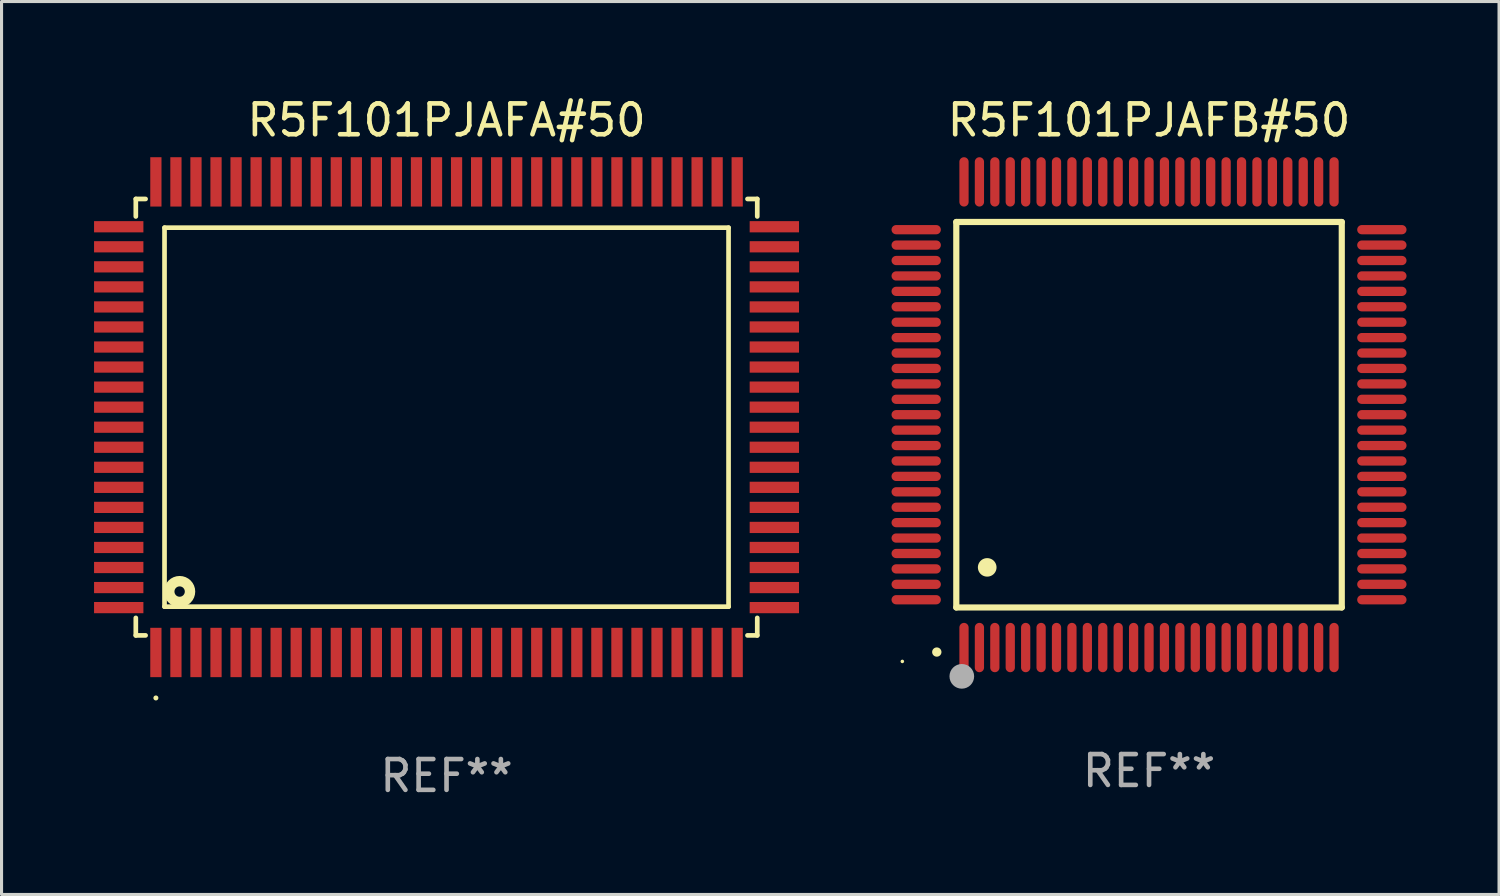
<source format=kicad_pcb>
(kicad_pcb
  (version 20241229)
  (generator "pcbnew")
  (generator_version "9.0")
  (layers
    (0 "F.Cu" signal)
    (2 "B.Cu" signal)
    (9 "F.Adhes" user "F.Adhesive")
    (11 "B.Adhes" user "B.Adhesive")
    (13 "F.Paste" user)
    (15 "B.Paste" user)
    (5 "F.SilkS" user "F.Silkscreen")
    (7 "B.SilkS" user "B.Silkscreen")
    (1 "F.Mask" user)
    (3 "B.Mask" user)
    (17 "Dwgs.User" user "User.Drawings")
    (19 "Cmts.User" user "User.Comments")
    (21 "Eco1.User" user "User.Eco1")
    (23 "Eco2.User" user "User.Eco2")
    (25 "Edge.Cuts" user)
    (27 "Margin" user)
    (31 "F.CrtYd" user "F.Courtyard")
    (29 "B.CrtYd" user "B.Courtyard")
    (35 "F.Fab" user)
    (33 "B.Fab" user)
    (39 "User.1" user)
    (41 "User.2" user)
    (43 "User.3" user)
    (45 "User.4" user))
  (footprint "R5F101PJAFA#50"
    (layer "F.Cu")
    (at 11.43 10.478)
    (property "Reference" "R5F101PJAFA#50" (at 0 -9.63 0) (layer "F.SilkS") (effects (font (size 1 1) (thickness 0.15))))
    (attr through_hole)
    (fp_line (start -10.076 -7.076) (end -10.076 -6.509) (stroke (width 0.152) (type solid)) (layer "F.SilkS"))
    (fp_line (start -10.076 7.076) (end -10.076 6.509) (stroke (width 0.152) (type solid)) (layer "F.SilkS"))
    (fp_line (start -9.759 -7.076) (end -10.076 -7.076) (stroke (width 0.152) (type solid)) (layer "F.SilkS"))
    (fp_line (start -9.759 7.076) (end -10.076 7.076) (stroke (width 0.152) (type solid)) (layer "F.SilkS"))
    (fp_line (start -9.145 -6.145) (end 9.145 -6.145) (stroke (width 0.152) (type solid)) (layer "F.SilkS"))
    (fp_line (start -9.145 6.145) (end -9.145 -6.145) (stroke (width 0.152) (type solid)) (layer "F.SilkS"))
    (fp_line (start 9.145 -6.145) (end 9.145 6.145) (stroke (width 0.152) (type solid)) (layer "F.SilkS"))
    (fp_line (start 9.145 6.145) (end -9.145 6.145) (stroke (width 0.152) (type solid)) (layer "F.SilkS"))
    (fp_line (start 9.759 -7.076) (end 10.076 -7.076) (stroke (width 0.152) (type solid)) (layer "F.SilkS"))
    (fp_line (start 9.759 7.076) (end 10.076 7.076) (stroke (width 0.152) (type solid)) (layer "F.SilkS"))
    (fp_line (start 10.076 -7.076) (end 10.076 -6.509) (stroke (width 0.152) (type solid)) (layer "F.SilkS"))
    (fp_line (start 10.076 7.076) (end 10.076 6.509) (stroke (width 0.152) (type solid)) (layer "F.SilkS"))
    (fp_circle (center -9.425 9.105) (end -9.384 9.105) (stroke (width 0.081) (type solid)) (fill no) (layer "F.SilkS"))
    (fp_circle (center -8.655 5.655) (end -8.487 5.655) (stroke (width 0.338) (type solid)) (fill no) (layer "F.SilkS"))
    (fp_text user "REF**" (at 0 11.63 0) (layer "F.Fab") (effects (font (size 1 1) (thickness 0.15))))
    (pad "1" smd rect (at -9.425 7.63) (size 0.364 1.6) (layers "F.Cu" "F.Mask" "F.Paste"))
    (pad "2" smd rect (at -8.775 7.63) (size 0.364 1.6) (layers "F.Cu" "F.Mask" "F.Paste"))
    (pad "3" smd rect (at -8.125 7.63) (size 0.364 1.6) (layers "F.Cu" "F.Mask" "F.Paste"))
    (pad "4" smd rect (at -7.475 7.63) (size 0.364 1.6) (layers "F.Cu" "F.Mask" "F.Paste"))
    (pad "5" smd rect (at -6.825 7.63) (size 0.364 1.6) (layers "F.Cu" "F.Mask" "F.Paste"))
    (pad "6" smd rect (at -6.175 7.63) (size 0.364 1.6) (layers "F.Cu" "F.Mask" "F.Paste"))
    (pad "7" smd rect (at -5.525 7.63) (size 0.364 1.6) (layers "F.Cu" "F.Mask" "F.Paste"))
    (pad "8" smd rect (at -4.875 7.63) (size 0.364 1.6) (layers "F.Cu" "F.Mask" "F.Paste"))
    (pad "9" smd rect (at -4.225 7.63) (size 0.364 1.6) (layers "F.Cu" "F.Mask" "F.Paste"))
    (pad "10" smd rect (at -3.575 7.63) (size 0.364 1.6) (layers "F.Cu" "F.Mask" "F.Paste"))
    (pad "11" smd rect (at -2.925 7.63) (size 0.364 1.6) (layers "F.Cu" "F.Mask" "F.Paste"))
    (pad "12" smd rect (at -2.275 7.63) (size 0.364 1.6) (layers "F.Cu" "F.Mask" "F.Paste"))
    (pad "13" smd rect (at -1.625 7.63) (size 0.364 1.6) (layers "F.Cu" "F.Mask" "F.Paste"))
    (pad "14" smd rect (at -0.975 7.63) (size 0.364 1.6) (layers "F.Cu" "F.Mask" "F.Paste"))
    (pad "15" smd rect (at -0.325 7.63) (size 0.364 1.6) (layers "F.Cu" "F.Mask" "F.Paste"))
    (pad "16" smd rect (at 0.325 7.63) (size 0.364 1.6) (layers "F.Cu" "F.Mask" "F.Paste"))
    (pad "17" smd rect (at 0.975 7.63) (size 0.364 1.6) (layers "F.Cu" "F.Mask" "F.Paste"))
    (pad "18" smd rect (at 1.625 7.63) (size 0.364 1.6) (layers "F.Cu" "F.Mask" "F.Paste"))
    (pad "19" smd rect (at 2.275 7.63) (size 0.364 1.6) (layers "F.Cu" "F.Mask" "F.Paste"))
    (pad "20" smd rect (at 2.925 7.63) (size 0.364 1.6) (layers "F.Cu" "F.Mask" "F.Paste"))
    (pad "21" smd rect (at 3.575 7.63) (size 0.364 1.6) (layers "F.Cu" "F.Mask" "F.Paste"))
    (pad "22" smd rect (at 4.225 7.63) (size 0.364 1.6) (layers "F.Cu" "F.Mask" "F.Paste"))
    (pad "23" smd rect (at 4.875 7.63) (size 0.364 1.6) (layers "F.Cu" "F.Mask" "F.Paste"))
    (pad "24" smd rect (at 5.525 7.63) (size 0.364 1.6) (layers "F.Cu" "F.Mask" "F.Paste"))
    (pad "25" smd rect (at 6.175 7.63) (size 0.364 1.6) (layers "F.Cu" "F.Mask" "F.Paste"))
    (pad "26" smd rect (at 6.825 7.63) (size 0.364 1.6) (layers "F.Cu" "F.Mask" "F.Paste"))
    (pad "27" smd rect (at 7.475 7.63) (size 0.364 1.6) (layers "F.Cu" "F.Mask" "F.Paste"))
    (pad "28" smd rect (at 8.125 7.63) (size 0.364 1.6) (layers "F.Cu" "F.Mask" "F.Paste"))
    (pad "29" smd rect (at 8.775 7.63) (size 0.364 1.6) (layers "F.Cu" "F.Mask" "F.Paste"))
    (pad "30" smd rect (at 9.425 7.63) (size 0.364 1.6) (layers "F.Cu" "F.Mask" "F.Paste"))
    (pad "31" smd rect (at 10.63 6.175) (size 1.6 0.364) (layers "F.Cu" "F.Mask" "F.Paste"))
    (pad "32" smd rect (at 10.63 5.525) (size 1.6 0.364) (layers "F.Cu" "F.Mask" "F.Paste"))
    (pad "33" smd rect (at 10.63 4.875) (size 1.6 0.364) (layers "F.Cu" "F.Mask" "F.Paste"))
    (pad "34" smd rect (at 10.63 4.225) (size 1.6 0.364) (layers "F.Cu" "F.Mask" "F.Paste"))
    (pad "35" smd rect (at 10.63 3.575) (size 1.6 0.364) (layers "F.Cu" "F.Mask" "F.Paste"))
    (pad "36" smd rect (at 10.63 2.925) (size 1.6 0.364) (layers "F.Cu" "F.Mask" "F.Paste"))
    (pad "37" smd rect (at 10.63 2.275) (size 1.6 0.364) (layers "F.Cu" "F.Mask" "F.Paste"))
    (pad "38" smd rect (at 10.63 1.625) (size 1.6 0.364) (layers "F.Cu" "F.Mask" "F.Paste"))
    (pad "39" smd rect (at 10.63 0.975) (size 1.6 0.364) (layers "F.Cu" "F.Mask" "F.Paste"))
    (pad "40" smd rect (at 10.63 0.325) (size 1.6 0.364) (layers "F.Cu" "F.Mask" "F.Paste"))
    (pad "41" smd rect (at 10.63 -0.325) (size 1.6 0.364) (layers "F.Cu" "F.Mask" "F.Paste"))
    (pad "42" smd rect (at 10.63 -0.975) (size 1.6 0.364) (layers "F.Cu" "F.Mask" "F.Paste"))
    (pad "43" smd rect (at 10.63 -1.625) (size 1.6 0.364) (layers "F.Cu" "F.Mask" "F.Paste"))
    (pad "44" smd rect (at 10.63 -2.275) (size 1.6 0.364) (layers "F.Cu" "F.Mask" "F.Paste"))
    (pad "45" smd rect (at 10.63 -2.925) (size 1.6 0.364) (layers "F.Cu" "F.Mask" "F.Paste"))
    (pad "46" smd rect (at 10.63 -3.575) (size 1.6 0.364) (layers "F.Cu" "F.Mask" "F.Paste"))
    (pad "47" smd rect (at 10.63 -4.225) (size 1.6 0.364) (layers "F.Cu" "F.Mask" "F.Paste"))
    (pad "48" smd rect (at 10.63 -4.875) (size 1.6 0.364) (layers "F.Cu" "F.Mask" "F.Paste"))
    (pad "49" smd rect (at 10.63 -5.525) (size 1.6 0.364) (layers "F.Cu" "F.Mask" "F.Paste"))
    (pad "50" smd rect (at 10.63 -6.175) (size 1.6 0.364) (layers "F.Cu" "F.Mask" "F.Paste"))
    (pad "51" smd rect (at 9.425 -7.63) (size 0.364 1.6) (layers "F.Cu" "F.Mask" "F.Paste"))
    (pad "52" smd rect (at 8.775 -7.63) (size 0.364 1.6) (layers "F.Cu" "F.Mask" "F.Paste"))
    (pad "53" smd rect (at 8.125 -7.63) (size 0.364 1.6) (layers "F.Cu" "F.Mask" "F.Paste"))
    (pad "54" smd rect (at 7.475 -7.63) (size 0.364 1.6) (layers "F.Cu" "F.Mask" "F.Paste"))
    (pad "55" smd rect (at 6.825 -7.63) (size 0.364 1.6) (layers "F.Cu" "F.Mask" "F.Paste"))
    (pad "56" smd rect (at 6.175 -7.63) (size 0.364 1.6) (layers "F.Cu" "F.Mask" "F.Paste"))
    (pad "57" smd rect (at 5.525 -7.63) (size 0.364 1.6) (layers "F.Cu" "F.Mask" "F.Paste"))
    (pad "58" smd rect (at 4.875 -7.63) (size 0.364 1.6) (layers "F.Cu" "F.Mask" "F.Paste"))
    (pad "59" smd rect (at 4.225 -7.63) (size 0.364 1.6) (layers "F.Cu" "F.Mask" "F.Paste"))
    (pad "60" smd rect (at 3.575 -7.63) (size 0.364 1.6) (layers "F.Cu" "F.Mask" "F.Paste"))
    (pad "61" smd rect (at 2.925 -7.63) (size 0.364 1.6) (layers "F.Cu" "F.Mask" "F.Paste"))
    (pad "62" smd rect (at 2.275 -7.63) (size 0.364 1.6) (layers "F.Cu" "F.Mask" "F.Paste"))
    (pad "63" smd rect (at 1.625 -7.63) (size 0.364 1.6) (layers "F.Cu" "F.Mask" "F.Paste"))
    (pad "64" smd rect (at 0.975 -7.63) (size 0.364 1.6) (layers "F.Cu" "F.Mask" "F.Paste"))
    (pad "65" smd rect (at 0.325 -7.63) (size 0.364 1.6) (layers "F.Cu" "F.Mask" "F.Paste"))
    (pad "66" smd rect (at -0.325 -7.63) (size 0.364 1.6) (layers "F.Cu" "F.Mask" "F.Paste"))
    (pad "67" smd rect (at -0.975 -7.63) (size 0.364 1.6) (layers "F.Cu" "F.Mask" "F.Paste"))
    (pad "68" smd rect (at -1.625 -7.63) (size 0.364 1.6) (layers "F.Cu" "F.Mask" "F.Paste"))
    (pad "69" smd rect (at -2.275 -7.63) (size 0.364 1.6) (layers "F.Cu" "F.Mask" "F.Paste"))
    (pad "70" smd rect (at -2.925 -7.63) (size 0.364 1.6) (layers "F.Cu" "F.Mask" "F.Paste"))
    (pad "71" smd rect (at -3.575 -7.63) (size 0.364 1.6) (layers "F.Cu" "F.Mask" "F.Paste"))
    (pad "72" smd rect (at -4.225 -7.63) (size 0.364 1.6) (layers "F.Cu" "F.Mask" "F.Paste"))
    (pad "73" smd rect (at -4.875 -7.63) (size 0.364 1.6) (layers "F.Cu" "F.Mask" "F.Paste"))
    (pad "74" smd rect (at -5.525 -7.63) (size 0.364 1.6) (layers "F.Cu" "F.Mask" "F.Paste"))
    (pad "75" smd rect (at -6.175 -7.63) (size 0.364 1.6) (layers "F.Cu" "F.Mask" "F.Paste"))
    (pad "76" smd rect (at -6.825 -7.63) (size 0.364 1.6) (layers "F.Cu" "F.Mask" "F.Paste"))
    (pad "77" smd rect (at -7.475 -7.63) (size 0.364 1.6) (layers "F.Cu" "F.Mask" "F.Paste"))
    (pad "78" smd rect (at -8.125 -7.63) (size 0.364 1.6) (layers "F.Cu" "F.Mask" "F.Paste"))
    (pad "79" smd rect (at -8.775 -7.63) (size 0.364 1.6) (layers "F.Cu" "F.Mask" "F.Paste"))
    (pad "80" smd rect (at -9.425 -7.63) (size 0.364 1.6) (layers "F.Cu" "F.Mask" "F.Paste"))
    (pad "81" smd rect (at -10.63 -6.175) (size 1.6 0.364) (layers "F.Cu" "F.Mask" "F.Paste"))
    (pad "82" smd rect (at -10.63 -5.525) (size 1.6 0.364) (layers "F.Cu" "F.Mask" "F.Paste"))
    (pad "83" smd rect (at -10.63 -4.875) (size 1.6 0.364) (layers "F.Cu" "F.Mask" "F.Paste"))
    (pad "84" smd rect (at -10.63 -4.225) (size 1.6 0.364) (layers "F.Cu" "F.Mask" "F.Paste"))
    (pad "85" smd rect (at -10.63 -3.575) (size 1.6 0.364) (layers "F.Cu" "F.Mask" "F.Paste"))
    (pad "86" smd rect (at -10.63 -2.925) (size 1.6 0.364) (layers "F.Cu" "F.Mask" "F.Paste"))
    (pad "87" smd rect (at -10.63 -2.275) (size 1.6 0.364) (layers "F.Cu" "F.Mask" "F.Paste"))
    (pad "88" smd rect (at -10.63 -1.625) (size 1.6 0.364) (layers "F.Cu" "F.Mask" "F.Paste"))
    (pad "89" smd rect (at -10.63 -0.975) (size 1.6 0.364) (layers "F.Cu" "F.Mask" "F.Paste"))
    (pad "90" smd rect (at -10.63 -0.325) (size 1.6 0.364) (layers "F.Cu" "F.Mask" "F.Paste"))
    (pad "91" smd rect (at -10.63 0.325) (size 1.6 0.364) (layers "F.Cu" "F.Mask" "F.Paste"))
    (pad "92" smd rect (at -10.63 0.975) (size 1.6 0.364) (layers "F.Cu" "F.Mask" "F.Paste"))
    (pad "93" smd rect (at -10.63 1.625) (size 1.6 0.364) (layers "F.Cu" "F.Mask" "F.Paste"))
    (pad "94" smd rect (at -10.63 2.275) (size 1.6 0.364) (layers "F.Cu" "F.Mask" "F.Paste"))
    (pad "95" smd rect (at -10.63 2.925) (size 1.6 0.364) (layers "F.Cu" "F.Mask" "F.Paste"))
    (pad "96" smd rect (at -10.63 3.575) (size 1.6 0.364) (layers "F.Cu" "F.Mask" "F.Paste"))
    (pad "97" smd rect (at -10.63 4.225) (size 1.6 0.364) (layers "F.Cu" "F.Mask" "F.Paste"))
    (pad "98" smd rect (at -10.63 4.875) (size 1.6 0.364) (layers "F.Cu" "F.Mask" "F.Paste"))
    (pad "99" smd rect (at -10.63 5.525) (size 1.6 0.364) (layers "F.Cu" "F.Mask" "F.Paste"))
    (pad "100" smd rect (at -10.63 6.175) (size 1.6 0.364) (layers "F.Cu" "F.Mask" "F.Paste")))
  (footprint "R5F101PJAFB#50"
    (layer "F.Cu")
    (at 34.21 10.398)
    (property "Reference" "R5F101PJAFB#50" (at 0 -9.55 0) (layer "F.SilkS") (effects (font (size 1 1) (thickness 0.15))))
    (attr through_hole)
    (fp_line (start -6.25 -6.25) (end -6.25 6.25) (stroke (width 0.2) (type solid)) (layer "F.SilkS"))
    (fp_line (start -6.25 6.25) (end 6.25 6.25) (stroke (width 0.2) (type solid)) (layer "F.SilkS"))
    (fp_line (start 6.25 -6.25) (end -6.25 -6.25) (stroke (width 0.2) (type solid)) (layer "F.SilkS"))
    (fp_line (start 6.25 6.25) (end 6.25 -6.25) (stroke (width 0.2) (type solid)) (layer "F.SilkS"))
    (fp_arc (start -6.883414 7.696215) (mid -6.882144 7.69621) (end -6.880874 7.696215) (stroke (width 0.3) (type solid)) (layer "F.SilkS"))
    (fp_arc (start -5.250191 4.95047) (mid -5.247651 4.950459) (end -5.245111 4.95047) (stroke (width 0.6) (type solid)) (layer "F.SilkS"))
    (fp_circle (center -8 8) (end -7.97 8) (stroke (width 0.06) (type solid)) (fill no) (layer "F.SilkS"))
    (fp_circle (center -6.071 8.484) (end -5.871 8.484) (stroke (width 0.4) (type solid)) (fill no) (layer "F.Fab"))
    (fp_text user "REF**" (at 0 11.55 0) (layer "F.Fab") (effects (font (size 1 1) (thickness 0.15))))
    (pad "1" smd oval (at -6 7.55) (size 0.3 1.6) (layers "F.Cu" "F.Mask" "F.Paste"))
    (pad "2" smd oval (at -5.5 7.55) (size 0.3 1.6) (layers "F.Cu" "F.Mask" "F.Paste"))
    (pad "3" smd oval (at -5 7.55) (size 0.3 1.6) (layers "F.Cu" "F.Mask" "F.Paste"))
    (pad "4" smd oval (at -4.5 7.55) (size 0.3 1.6) (layers "F.Cu" "F.Mask" "F.Paste"))
    (pad "5" smd oval (at -4 7.55) (size 0.3 1.6) (layers "F.Cu" "F.Mask" "F.Paste"))
    (pad "6" smd oval (at -3.5 7.55) (size 0.3 1.6) (layers "F.Cu" "F.Mask" "F.Paste"))
    (pad "7" smd oval (at -3 7.55) (size 0.3 1.6) (layers "F.Cu" "F.Mask" "F.Paste"))
    (pad "8" smd oval (at -2.5 7.55) (size 0.3 1.6) (layers "F.Cu" "F.Mask" "F.Paste"))
    (pad "9" smd oval (at -2 7.55) (size 0.3 1.6) (layers "F.Cu" "F.Mask" "F.Paste"))
    (pad "10" smd oval (at -1.5 7.55) (size 0.3 1.6) (layers "F.Cu" "F.Mask" "F.Paste"))
    (pad "11" smd oval (at -1 7.55) (size 0.3 1.6) (layers "F.Cu" "F.Mask" "F.Paste"))
    (pad "12" smd oval (at -0.5 7.55) (size 0.3 1.6) (layers "F.Cu" "F.Mask" "F.Paste"))
    (pad "13" smd oval (at 0 7.55) (size 0.3 1.6) (layers "F.Cu" "F.Mask" "F.Paste"))
    (pad "14" smd oval (at 0.5 7.55) (size 0.3 1.6) (layers "F.Cu" "F.Mask" "F.Paste"))
    (pad "15" smd oval (at 1 7.55) (size 0.3 1.6) (layers "F.Cu" "F.Mask" "F.Paste"))
    (pad "16" smd oval (at 1.5 7.55) (size 0.3 1.6) (layers "F.Cu" "F.Mask" "F.Paste"))
    (pad "17" smd oval (at 2 7.55) (size 0.3 1.6) (layers "F.Cu" "F.Mask" "F.Paste"))
    (pad "18" smd oval (at 2.5 7.55) (size 0.3 1.6) (layers "F.Cu" "F.Mask" "F.Paste"))
    (pad "19" smd oval (at 3 7.55) (size 0.3 1.6) (layers "F.Cu" "F.Mask" "F.Paste"))
    (pad "20" smd oval (at 3.5 7.55) (size 0.3 1.6) (layers "F.Cu" "F.Mask" "F.Paste"))
    (pad "21" smd oval (at 4 7.55) (size 0.3 1.6) (layers "F.Cu" "F.Mask" "F.Paste"))
    (pad "22" smd oval (at 4.5 7.55) (size 0.3 1.6) (layers "F.Cu" "F.Mask" "F.Paste"))
    (pad "23" smd oval (at 5 7.55) (size 0.3 1.6) (layers "F.Cu" "F.Mask" "F.Paste"))
    (pad "24" smd oval (at 5.5 7.55) (size 0.3 1.6) (layers "F.Cu" "F.Mask" "F.Paste"))
    (pad "25" smd oval (at 6 7.55) (size 0.3 1.6) (layers "F.Cu" "F.Mask" "F.Paste"))
    (pad "26" smd oval (at 7.55 6) (size 1.6 0.3) (layers "F.Cu" "F.Mask" "F.Paste"))
    (pad "27" smd oval (at 7.55 5.5) (size 1.6 0.3) (layers "F.Cu" "F.Mask" "F.Paste"))
    (pad "28" smd oval (at 7.55 5) (size 1.6 0.3) (layers "F.Cu" "F.Mask" "F.Paste"))
    (pad "29" smd oval (at 7.55 4.5) (size 1.6 0.3) (layers "F.Cu" "F.Mask" "F.Paste"))
    (pad "30" smd oval (at 7.55 4) (size 1.6 0.3) (layers "F.Cu" "F.Mask" "F.Paste"))
    (pad "31" smd oval (at 7.55 3.5) (size 1.6 0.3) (layers "F.Cu" "F.Mask" "F.Paste"))
    (pad "32" smd oval (at 7.55 3) (size 1.6 0.3) (layers "F.Cu" "F.Mask" "F.Paste"))
    (pad "33" smd oval (at 7.55 2.5) (size 1.6 0.3) (layers "F.Cu" "F.Mask" "F.Paste"))
    (pad "34" smd oval (at 7.55 2) (size 1.6 0.3) (layers "F.Cu" "F.Mask" "F.Paste"))
    (pad "35" smd oval (at 7.55 1.5) (size 1.6 0.3) (layers "F.Cu" "F.Mask" "F.Paste"))
    (pad "36" smd oval (at 7.55 1) (size 1.6 0.3) (layers "F.Cu" "F.Mask" "F.Paste"))
    (pad "37" smd oval (at 7.55 0.5) (size 1.6 0.3) (layers "F.Cu" "F.Mask" "F.Paste"))
    (pad "38" smd oval (at 7.55 0) (size 1.6 0.3) (layers "F.Cu" "F.Mask" "F.Paste"))
    (pad "39" smd oval (at 7.55 -0.5) (size 1.6 0.3) (layers "F.Cu" "F.Mask" "F.Paste"))
    (pad "40" smd oval (at 7.55 -1) (size 1.6 0.3) (layers "F.Cu" "F.Mask" "F.Paste"))
    (pad "41" smd oval (at 7.55 -1.5) (size 1.6 0.3) (layers "F.Cu" "F.Mask" "F.Paste"))
    (pad "42" smd oval (at 7.55 -2) (size 1.6 0.3) (layers "F.Cu" "F.Mask" "F.Paste"))
    (pad "43" smd oval (at 7.55 -2.5) (size 1.6 0.3) (layers "F.Cu" "F.Mask" "F.Paste"))
    (pad "44" smd oval (at 7.55 -3) (size 1.6 0.3) (layers "F.Cu" "F.Mask" "F.Paste"))
    (pad "45" smd oval (at 7.55 -3.5) (size 1.6 0.3) (layers "F.Cu" "F.Mask" "F.Paste"))
    (pad "46" smd oval (at 7.55 -4) (size 1.6 0.3) (layers "F.Cu" "F.Mask" "F.Paste"))
    (pad "47" smd oval (at 7.55 -4.5) (size 1.6 0.3) (layers "F.Cu" "F.Mask" "F.Paste"))
    (pad "48" smd oval (at 7.55 -5) (size 1.6 0.3) (layers "F.Cu" "F.Mask" "F.Paste"))
    (pad "49" smd oval (at 7.55 -5.5) (size 1.6 0.3) (layers "F.Cu" "F.Mask" "F.Paste"))
    (pad "50" smd oval (at 7.55 -6) (size 1.6 0.3) (layers "F.Cu" "F.Mask" "F.Paste"))
    (pad "51" smd oval (at 6 -7.55) (size 0.3 1.6) (layers "F.Cu" "F.Mask" "F.Paste"))
    (pad "52" smd oval (at 5.5 -7.55) (size 0.3 1.6) (layers "F.Cu" "F.Mask" "F.Paste"))
    (pad "53" smd oval (at 5 -7.55) (size 0.3 1.6) (layers "F.Cu" "F.Mask" "F.Paste"))
    (pad "54" smd oval (at 4.5 -7.55) (size 0.3 1.6) (layers "F.Cu" "F.Mask" "F.Paste"))
    (pad "55" smd oval (at 4 -7.55) (size 0.3 1.6) (layers "F.Cu" "F.Mask" "F.Paste"))
    (pad "56" smd oval (at 3.5 -7.55) (size 0.3 1.6) (layers "F.Cu" "F.Mask" "F.Paste"))
    (pad "57" smd oval (at 3 -7.55) (size 0.3 1.6) (layers "F.Cu" "F.Mask" "F.Paste"))
    (pad "58" smd oval (at 2.5 -7.55) (size 0.3 1.6) (layers "F.Cu" "F.Mask" "F.Paste"))
    (pad "59" smd oval (at 2 -7.55) (size 0.3 1.6) (layers "F.Cu" "F.Mask" "F.Paste"))
    (pad "60" smd oval (at 1.5 -7.55) (size 0.3 1.6) (layers "F.Cu" "F.Mask" "F.Paste"))
    (pad "61" smd oval (at 1 -7.55) (size 0.3 1.6) (layers "F.Cu" "F.Mask" "F.Paste"))
    (pad "62" smd oval (at 0.5 -7.55) (size 0.3 1.6) (layers "F.Cu" "F.Mask" "F.Paste"))
    (pad "63" smd oval (at 0 -7.55) (size 0.3 1.6) (layers "F.Cu" "F.Mask" "F.Paste"))
    (pad "64" smd oval (at -0.5 -7.55) (size 0.3 1.6) (layers "F.Cu" "F.Mask" "F.Paste"))
    (pad "65" smd oval (at -1 -7.55) (size 0.3 1.6) (layers "F.Cu" "F.Mask" "F.Paste"))
    (pad "66" smd oval (at -1.5 -7.55) (size 0.3 1.6) (layers "F.Cu" "F.Mask" "F.Paste"))
    (pad "67" smd oval (at -2 -7.55) (size 0.3 1.6) (layers "F.Cu" "F.Mask" "F.Paste"))
    (pad "68" smd oval (at -2.5 -7.55) (size 0.3 1.6) (layers "F.Cu" "F.Mask" "F.Paste"))
    (pad "69" smd oval (at -3 -7.55) (size 0.3 1.6) (layers "F.Cu" "F.Mask" "F.Paste"))
    (pad "70" smd oval (at -3.5 -7.55) (size 0.3 1.6) (layers "F.Cu" "F.Mask" "F.Paste"))
    (pad "71" smd oval (at -4 -7.55) (size 0.3 1.6) (layers "F.Cu" "F.Mask" "F.Paste"))
    (pad "72" smd oval (at -4.5 -7.55) (size 0.3 1.6) (layers "F.Cu" "F.Mask" "F.Paste"))
    (pad "73" smd oval (at -5 -7.55) (size 0.3 1.6) (layers "F.Cu" "F.Mask" "F.Paste"))
    (pad "74" smd oval (at -5.5 -7.55) (size 0.3 1.6) (layers "F.Cu" "F.Mask" "F.Paste"))
    (pad "75" smd oval (at -6 -7.55) (size 0.3 1.6) (layers "F.Cu" "F.Mask" "F.Paste"))
    (pad "76" smd oval (at -7.55 -6) (size 1.6 0.3) (layers "F.Cu" "F.Mask" "F.Paste"))
    (pad "77" smd oval (at -7.55 -5.5) (size 1.6 0.3) (layers "F.Cu" "F.Mask" "F.Paste"))
    (pad "78" smd oval (at -7.55 -5) (size 1.6 0.3) (layers "F.Cu" "F.Mask" "F.Paste"))
    (pad "79" smd oval (at -7.55 -4.5) (size 1.6 0.3) (layers "F.Cu" "F.Mask" "F.Paste"))
    (pad "80" smd oval (at -7.55 -4) (size 1.6 0.3) (layers "F.Cu" "F.Mask" "F.Paste"))
    (pad "81" smd oval (at -7.55 -3.5) (size 1.6 0.3) (layers "F.Cu" "F.Mask" "F.Paste"))
    (pad "82" smd oval (at -7.55 -3) (size 1.6 0.3) (layers "F.Cu" "F.Mask" "F.Paste"))
    (pad "83" smd oval (at -7.55 -2.5) (size 1.6 0.3) (layers "F.Cu" "F.Mask" "F.Paste"))
    (pad "84" smd oval (at -7.55 -2) (size 1.6 0.3) (layers "F.Cu" "F.Mask" "F.Paste"))
    (pad "85" smd oval (at -7.55 -1.5) (size 1.6 0.3) (layers "F.Cu" "F.Mask" "F.Paste"))
    (pad "86" smd oval (at -7.55 -1) (size 1.6 0.3) (layers "F.Cu" "F.Mask" "F.Paste"))
    (pad "87" smd oval (at -7.55 -0.5) (size 1.6 0.3) (layers "F.Cu" "F.Mask" "F.Paste"))
    (pad "88" smd oval (at -7.55 0) (size 1.6 0.3) (layers "F.Cu" "F.Mask" "F.Paste"))
    (pad "89" smd oval (at -7.55 0.5) (size 1.6 0.3) (layers "F.Cu" "F.Mask" "F.Paste"))
    (pad "90" smd oval (at -7.55 1) (size 1.6 0.3) (layers "F.Cu" "F.Mask" "F.Paste"))
    (pad "91" smd oval (at -7.55 1.5) (size 1.6 0.3) (layers "F.Cu" "F.Mask" "F.Paste"))
    (pad "92" smd oval (at -7.55 2) (size 1.6 0.3) (layers "F.Cu" "F.Mask" "F.Paste"))
    (pad "93" smd oval (at -7.55 2.5) (size 1.6 0.3) (layers "F.Cu" "F.Mask" "F.Paste"))
    (pad "94" smd oval (at -7.55 3) (size 1.6 0.3) (layers "F.Cu" "F.Mask" "F.Paste"))
    (pad "95" smd oval (at -7.55 3.5) (size 1.6 0.3) (layers "F.Cu" "F.Mask" "F.Paste"))
    (pad "96" smd oval (at -7.55 4) (size 1.6 0.3) (layers "F.Cu" "F.Mask" "F.Paste"))
    (pad "97" smd oval (at -7.55 4.5) (size 1.6 0.3) (layers "F.Cu" "F.Mask" "F.Paste"))
    (pad "98" smd oval (at -7.55 5) (size 1.6 0.3) (layers "F.Cu" "F.Mask" "F.Paste"))
    (pad "99" smd oval (at -7.55 5.5) (size 1.6 0.3) (layers "F.Cu" "F.Mask" "F.Paste"))
    (pad "100" smd oval (at -7.55 6) (size 1.6 0.3) (layers "F.Cu" "F.Mask" "F.Paste")))
  (gr_rect
    (start -3 -3)
    (end 45.56 25.956)
    (stroke (width 0.1) (type default))
    (fill no)
    (layer "Edge.Cuts")))
</source>
